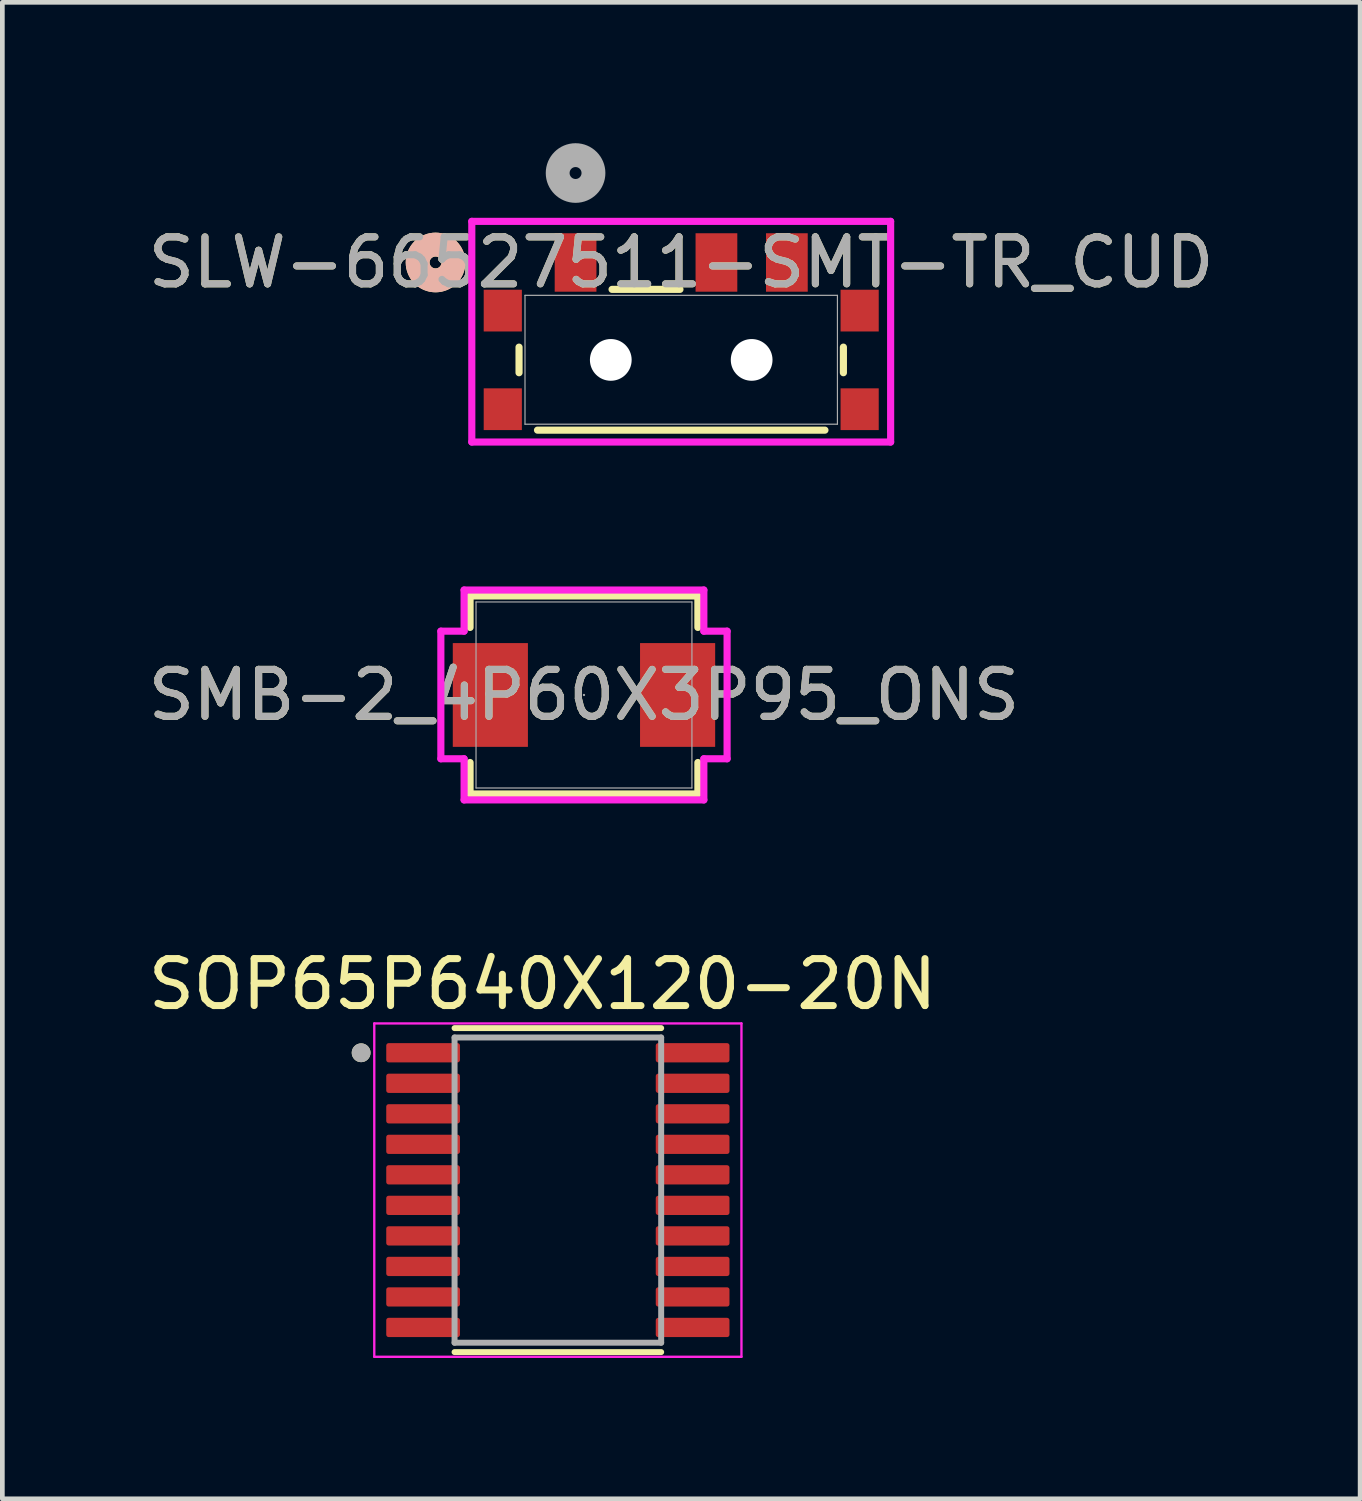
<source format=kicad_pcb>
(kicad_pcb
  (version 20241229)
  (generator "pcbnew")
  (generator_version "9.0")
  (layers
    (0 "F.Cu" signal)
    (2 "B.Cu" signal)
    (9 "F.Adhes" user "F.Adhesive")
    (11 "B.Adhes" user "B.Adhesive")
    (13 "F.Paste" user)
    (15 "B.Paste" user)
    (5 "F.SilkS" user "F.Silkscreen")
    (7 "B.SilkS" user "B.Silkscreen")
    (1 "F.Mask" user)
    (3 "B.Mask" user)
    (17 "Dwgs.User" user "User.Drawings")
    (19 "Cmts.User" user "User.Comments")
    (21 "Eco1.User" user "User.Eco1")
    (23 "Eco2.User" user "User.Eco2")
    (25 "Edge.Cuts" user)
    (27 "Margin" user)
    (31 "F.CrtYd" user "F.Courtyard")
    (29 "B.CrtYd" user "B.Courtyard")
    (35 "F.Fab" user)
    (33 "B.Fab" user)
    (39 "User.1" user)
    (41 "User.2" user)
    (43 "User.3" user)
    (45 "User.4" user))
  (footprint "SMB-2_4P60X3P95_ONS"
    (layer "F.Cu")
    (at 9.387 11.751)
    (property "Reference" "SMB-2_4P60X3P95_ONS" (at 0 0 0) (unlocked yes) (layer "F.SilkS") (effects (font (size 1 1) (thickness 0.15))))
    (attr smd)
    (fp_line (start -2.426 -2.108) (end -2.426 -1.438) (stroke (width 0.152) (type solid)) (layer "F.SilkS"))
    (fp_line (start -2.426 1.438) (end -2.426 2.108) (stroke (width 0.152) (type solid)) (layer "F.SilkS"))
    (fp_line (start -2.426 2.108) (end 2.426 2.108) (stroke (width 0.152) (type solid)) (layer "F.SilkS"))
    (fp_line (start 2.426 -2.108) (end -2.426 -2.108) (stroke (width 0.152) (type solid)) (layer "F.SilkS"))
    (fp_line (start 2.426 -1.438) (end 2.426 -2.108) (stroke (width 0.152) (type solid)) (layer "F.SilkS"))
    (fp_line (start 2.426 2.108) (end 2.426 1.438) (stroke (width 0.152) (type solid)) (layer "F.SilkS"))
    (fp_line (start -3.048 -1.359) (end -2.553 -1.359) (stroke (width 0.152) (type solid)) (layer "F.CrtYd"))
    (fp_line (start -3.048 1.359) (end -3.048 -1.359) (stroke (width 0.152) (type solid)) (layer "F.CrtYd"))
    (fp_line (start -3.048 1.359) (end -2.553 1.359) (stroke (width 0.152) (type solid)) (layer "F.CrtYd"))
    (fp_line (start -2.553 -2.235) (end 2.553 -2.235) (stroke (width 0.152) (type solid)) (layer "F.CrtYd"))
    (fp_line (start -2.553 -1.359) (end -2.553 -2.235) (stroke (width 0.152) (type solid)) (layer "F.CrtYd"))
    (fp_line (start -2.553 2.235) (end -2.553 1.359) (stroke (width 0.152) (type solid)) (layer "F.CrtYd"))
    (fp_line (start 2.553 -2.235) (end 2.553 -1.359) (stroke (width 0.152) (type solid)) (layer "F.CrtYd"))
    (fp_line (start 2.553 1.359) (end 2.553 2.235) (stroke (width 0.152) (type solid)) (layer "F.CrtYd"))
    (fp_line (start 2.553 2.235) (end -2.553 2.235) (stroke (width 0.152) (type solid)) (layer "F.CrtYd"))
    (fp_line (start 3.048 -1.359) (end 2.553 -1.359) (stroke (width 0.152) (type solid)) (layer "F.CrtYd"))
    (fp_line (start 3.048 -1.359) (end 3.048 1.359) (stroke (width 0.152) (type solid)) (layer "F.CrtYd"))
    (fp_line (start 3.048 1.359) (end 2.553 1.359) (stroke (width 0.152) (type solid)) (layer "F.CrtYd"))
    (fp_line (start -2.299 -1.981) (end -2.299 1.981) (stroke (width 0.025) (type solid)) (layer "F.Fab"))
    (fp_line (start -2.299 1.981) (end 2.299 1.981) (stroke (width 0.025) (type solid)) (layer "F.Fab"))
    (fp_line (start 2.299 -1.981) (end -2.299 -1.981) (stroke (width 0.025) (type solid)) (layer "F.Fab"))
    (fp_line (start 2.299 1.981) (end 2.299 -1.981) (stroke (width 0.025) (type solid)) (layer "F.Fab"))
    (fp_circle (center 0 0) (end 0 0) (stroke (width 0.025) (type solid)) (fill no) (layer "F.Fab"))
    (fp_text user "${REFERENCE}" (at 0 0 0) (unlocked yes) (layer "F.Fab") (effects (font (size 1 1) (thickness 0.15))))
    (pad "1" smd rect (at -1.994 0) (size 1.6 2.21) (layers "F.Cu" "F.Mask" "F.Paste"))
    (pad "2" smd rect (at 1.994 0) (size 1.6 2.21) (layers "F.Cu" "F.Mask" "F.Paste")))
  (footprint "SLW-66527511-SMT-TR_CUD"
    (layer "F.Cu")
    (at 11.458 4.612)
    (property "Reference" "SLW-66527511-SMT-TR_CUD" (at 0 -2.072 0) (unlocked yes) (layer "F.SilkS") (effects (font (size 1 1) (thickness 0.15))))
    (attr smd)
    (fp_line (start -3.454 -0.269) (end -3.454 0.276) (stroke (width 0.152) (type solid)) (layer "F.SilkS"))
    (fp_line (start -3.061 1.499) (end 3.061 1.499) (stroke (width 0.152) (type solid)) (layer "F.SilkS"))
    (fp_line (start -0.027 -1.499) (end -1.473 -1.499) (stroke (width 0.152) (type solid)) (layer "F.SilkS"))
    (fp_line (start 3.454 0.276) (end 3.454 -0.269) (stroke (width 0.152) (type solid)) (layer "F.SilkS"))
    (fp_circle (center -5.232 -2.072) (end -4.851 -2.072) (stroke (width 0.508) (type solid)) (fill no) (layer "F.SilkS"))
    (fp_circle (center -5.232 -2.072) (end -4.851 -2.072) (stroke (width 0.508) (type solid)) (fill no) (layer "B.SilkS"))
    (fp_line (start -4.46 -2.948) (end -4.46 1.752) (stroke (width 0.152) (type solid)) (layer "F.CrtYd"))
    (fp_line (start -4.46 1.752) (end 4.46 1.752) (stroke (width 0.152) (type solid)) (layer "F.CrtYd"))
    (fp_line (start 4.46 -2.948) (end -4.46 -2.948) (stroke (width 0.152) (type solid)) (layer "F.CrtYd"))
    (fp_line (start 4.46 1.752) (end 4.46 -2.948) (stroke (width 0.152) (type solid)) (layer "F.CrtYd"))
    (fp_line (start -3.327 -1.372) (end -3.327 1.372) (stroke (width 0.025) (type solid)) (layer "F.Fab"))
    (fp_line (start -3.327 1.372) (end 3.327 1.372) (stroke (width 0.025) (type solid)) (layer "F.Fab"))
    (fp_line (start 3.327 -1.372) (end -3.327 -1.372) (stroke (width 0.025) (type solid)) (layer "F.Fab"))
    (fp_line (start 3.327 1.372) (end 3.327 -1.372) (stroke (width 0.025) (type solid)) (layer "F.Fab"))
    (fp_circle (center -2.25 -3.977) (end -1.869 -3.977) (stroke (width 0.508) (type solid)) (fill no) (layer "F.Fab"))
    (fp_text user "${REFERENCE}" (at 0 -2.072 0) (unlocked yes) (layer "F.Fab") (effects (font (size 1 1) (thickness 0.15))))
    (pad "" np_thru_hole circle (at -1.5 0.003) (size 0.889 0.889) (drill 0.889) (layers "*.Cu" "*.Mask"))
    (pad "" np_thru_hole circle (at 1.5 0.003) (size 0.889 0.889) (drill 0.889) (layers "*.Cu" "*.Mask"))
    (pad "1" smd rect (at -2.25 -2.072) (size 0.889 1.245) (layers "F.Cu" "F.Mask" "F.Paste"))
    (pad "2" smd rect (at 0.75 -2.072) (size 0.889 1.245) (layers "F.Cu" "F.Mask" "F.Paste"))
    (pad "3" smd rect (at 2.25 -2.072) (size 0.889 1.245) (layers "F.Cu" "F.Mask" "F.Paste"))
    (pad "4" smd rect (at -3.8 -1.047) (size 0.813 0.889) (layers "F.Cu" "F.Mask" "F.Paste"))
    (pad "5" smd rect (at 3.8 -1.047) (size 0.813 0.889) (layers "F.Cu" "F.Mask" "F.Paste"))
    (pad "6" smd rect (at -3.8 1.053) (size 0.813 0.889) (layers "F.Cu" "F.Mask" "F.Paste"))
    (pad "7" smd rect (at 3.8 1.053) (size 0.813 0.889) (layers "F.Cu" "F.Mask" "F.Paste")))
  (footprint "SOP65P640X120-20N"
    (layer "F.Cu")
    (at 8.831 22.296)
    (property "Reference" "SOP65P640X120-20N" (at -0.325 -4.385 0) (layer "F.SilkS") (effects (font (size 1 1) (thickness 0.15))))
    (attr smd)
    (fp_line (start -2.2 -3.45) (end 2.2 -3.45) (stroke (width 0.127) (type solid)) (layer "F.SilkS"))
    (fp_line (start -2.2 3.45) (end 2.2 3.45) (stroke (width 0.127) (type solid)) (layer "F.SilkS"))
    (fp_circle (center -4.19 -2.925) (end -4.09 -2.925) (stroke (width 0.2) (type solid)) (fill no) (layer "F.SilkS"))
    (fp_line (start -3.91 -3.55) (end -3.91 3.55) (stroke (width 0.05) (type solid)) (layer "F.CrtYd"))
    (fp_line (start -3.91 -3.55) (end 3.91 -3.55) (stroke (width 0.05) (type solid)) (layer "F.CrtYd"))
    (fp_line (start -3.91 3.55) (end 3.91 3.55) (stroke (width 0.05) (type solid)) (layer "F.CrtYd"))
    (fp_line (start 3.91 -3.55) (end 3.91 3.55) (stroke (width 0.05) (type solid)) (layer "F.CrtYd"))
    (fp_line (start -2.2 -3.25) (end -2.2 3.25) (stroke (width 0.127) (type solid)) (layer "F.Fab"))
    (fp_line (start -2.2 -3.25) (end 2.2 -3.25) (stroke (width 0.127) (type solid)) (layer "F.Fab"))
    (fp_line (start -2.2 3.25) (end 2.2 3.25) (stroke (width 0.127) (type solid)) (layer "F.Fab"))
    (fp_line (start 2.2 -3.25) (end 2.2 3.25) (stroke (width 0.127) (type solid)) (layer "F.Fab"))
    (fp_circle (center -4.19 -2.925) (end -4.09 -2.925) (stroke (width 0.2) (type solid)) (fill no) (layer "F.Fab"))
    (pad "1" smd roundrect (at -2.87 -2.925) (size 1.57 0.41) (layers "F.Cu" "F.Mask" "F.Paste") (roundrect_rratio 0.125))
    (pad "2" smd roundrect (at -2.87 -2.275) (size 1.57 0.41) (layers "F.Cu" "F.Mask" "F.Paste") (roundrect_rratio 0.125))
    (pad "3" smd roundrect (at -2.87 -1.625) (size 1.57 0.41) (layers "F.Cu" "F.Mask" "F.Paste") (roundrect_rratio 0.125))
    (pad "4" smd roundrect (at -2.87 -0.975) (size 1.57 0.41) (layers "F.Cu" "F.Mask" "F.Paste") (roundrect_rratio 0.125))
    (pad "5" smd roundrect (at -2.87 -0.325) (size 1.57 0.41) (layers "F.Cu" "F.Mask" "F.Paste") (roundrect_rratio 0.125))
    (pad "6" smd roundrect (at -2.87 0.325) (size 1.57 0.41) (layers "F.Cu" "F.Mask" "F.Paste") (roundrect_rratio 0.125))
    (pad "7" smd roundrect (at -2.87 0.975) (size 1.57 0.41) (layers "F.Cu" "F.Mask" "F.Paste") (roundrect_rratio 0.125))
    (pad "8" smd roundrect (at -2.87 1.625) (size 1.57 0.41) (layers "F.Cu" "F.Mask" "F.Paste") (roundrect_rratio 0.125))
    (pad "9" smd roundrect (at -2.87 2.275) (size 1.57 0.41) (layers "F.Cu" "F.Mask" "F.Paste") (roundrect_rratio 0.125))
    (pad "10" smd roundrect (at -2.87 2.925) (size 1.57 0.41) (layers "F.Cu" "F.Mask" "F.Paste") (roundrect_rratio 0.125))
    (pad "11" smd roundrect (at 2.87 2.925) (size 1.57 0.41) (layers "F.Cu" "F.Mask" "F.Paste") (roundrect_rratio 0.125))
    (pad "12" smd roundrect (at 2.87 2.275) (size 1.57 0.41) (layers "F.Cu" "F.Mask" "F.Paste") (roundrect_rratio 0.125))
    (pad "13" smd roundrect (at 2.87 1.625) (size 1.57 0.41) (layers "F.Cu" "F.Mask" "F.Paste") (roundrect_rratio 0.125))
    (pad "14" smd roundrect (at 2.87 0.975) (size 1.57 0.41) (layers "F.Cu" "F.Mask" "F.Paste") (roundrect_rratio 0.125))
    (pad "15" smd roundrect (at 2.87 0.325) (size 1.57 0.41) (layers "F.Cu" "F.Mask" "F.Paste") (roundrect_rratio 0.125))
    (pad "16" smd roundrect (at 2.87 -0.325) (size 1.57 0.41) (layers "F.Cu" "F.Mask" "F.Paste") (roundrect_rratio 0.125))
    (pad "17" smd roundrect (at 2.87 -0.975) (size 1.57 0.41) (layers "F.Cu" "F.Mask" "F.Paste") (roundrect_rratio 0.125))
    (pad "18" smd roundrect (at 2.87 -1.625) (size 1.57 0.41) (layers "F.Cu" "F.Mask" "F.Paste") (roundrect_rratio 0.125))
    (pad "19" smd roundrect (at 2.87 -2.275) (size 1.57 0.41) (layers "F.Cu" "F.Mask" "F.Paste") (roundrect_rratio 0.125))
    (pad "20" smd roundrect (at 2.87 -2.925) (size 1.57 0.41) (layers "F.Cu" "F.Mask" "F.Paste") (roundrect_rratio 0.125)))
  (gr_rect
    (start -3 -3)
    (end 25.917 28.871)
    (stroke (width 0.1) (type default))
    (fill no)
    (layer "Edge.Cuts")))
</source>
